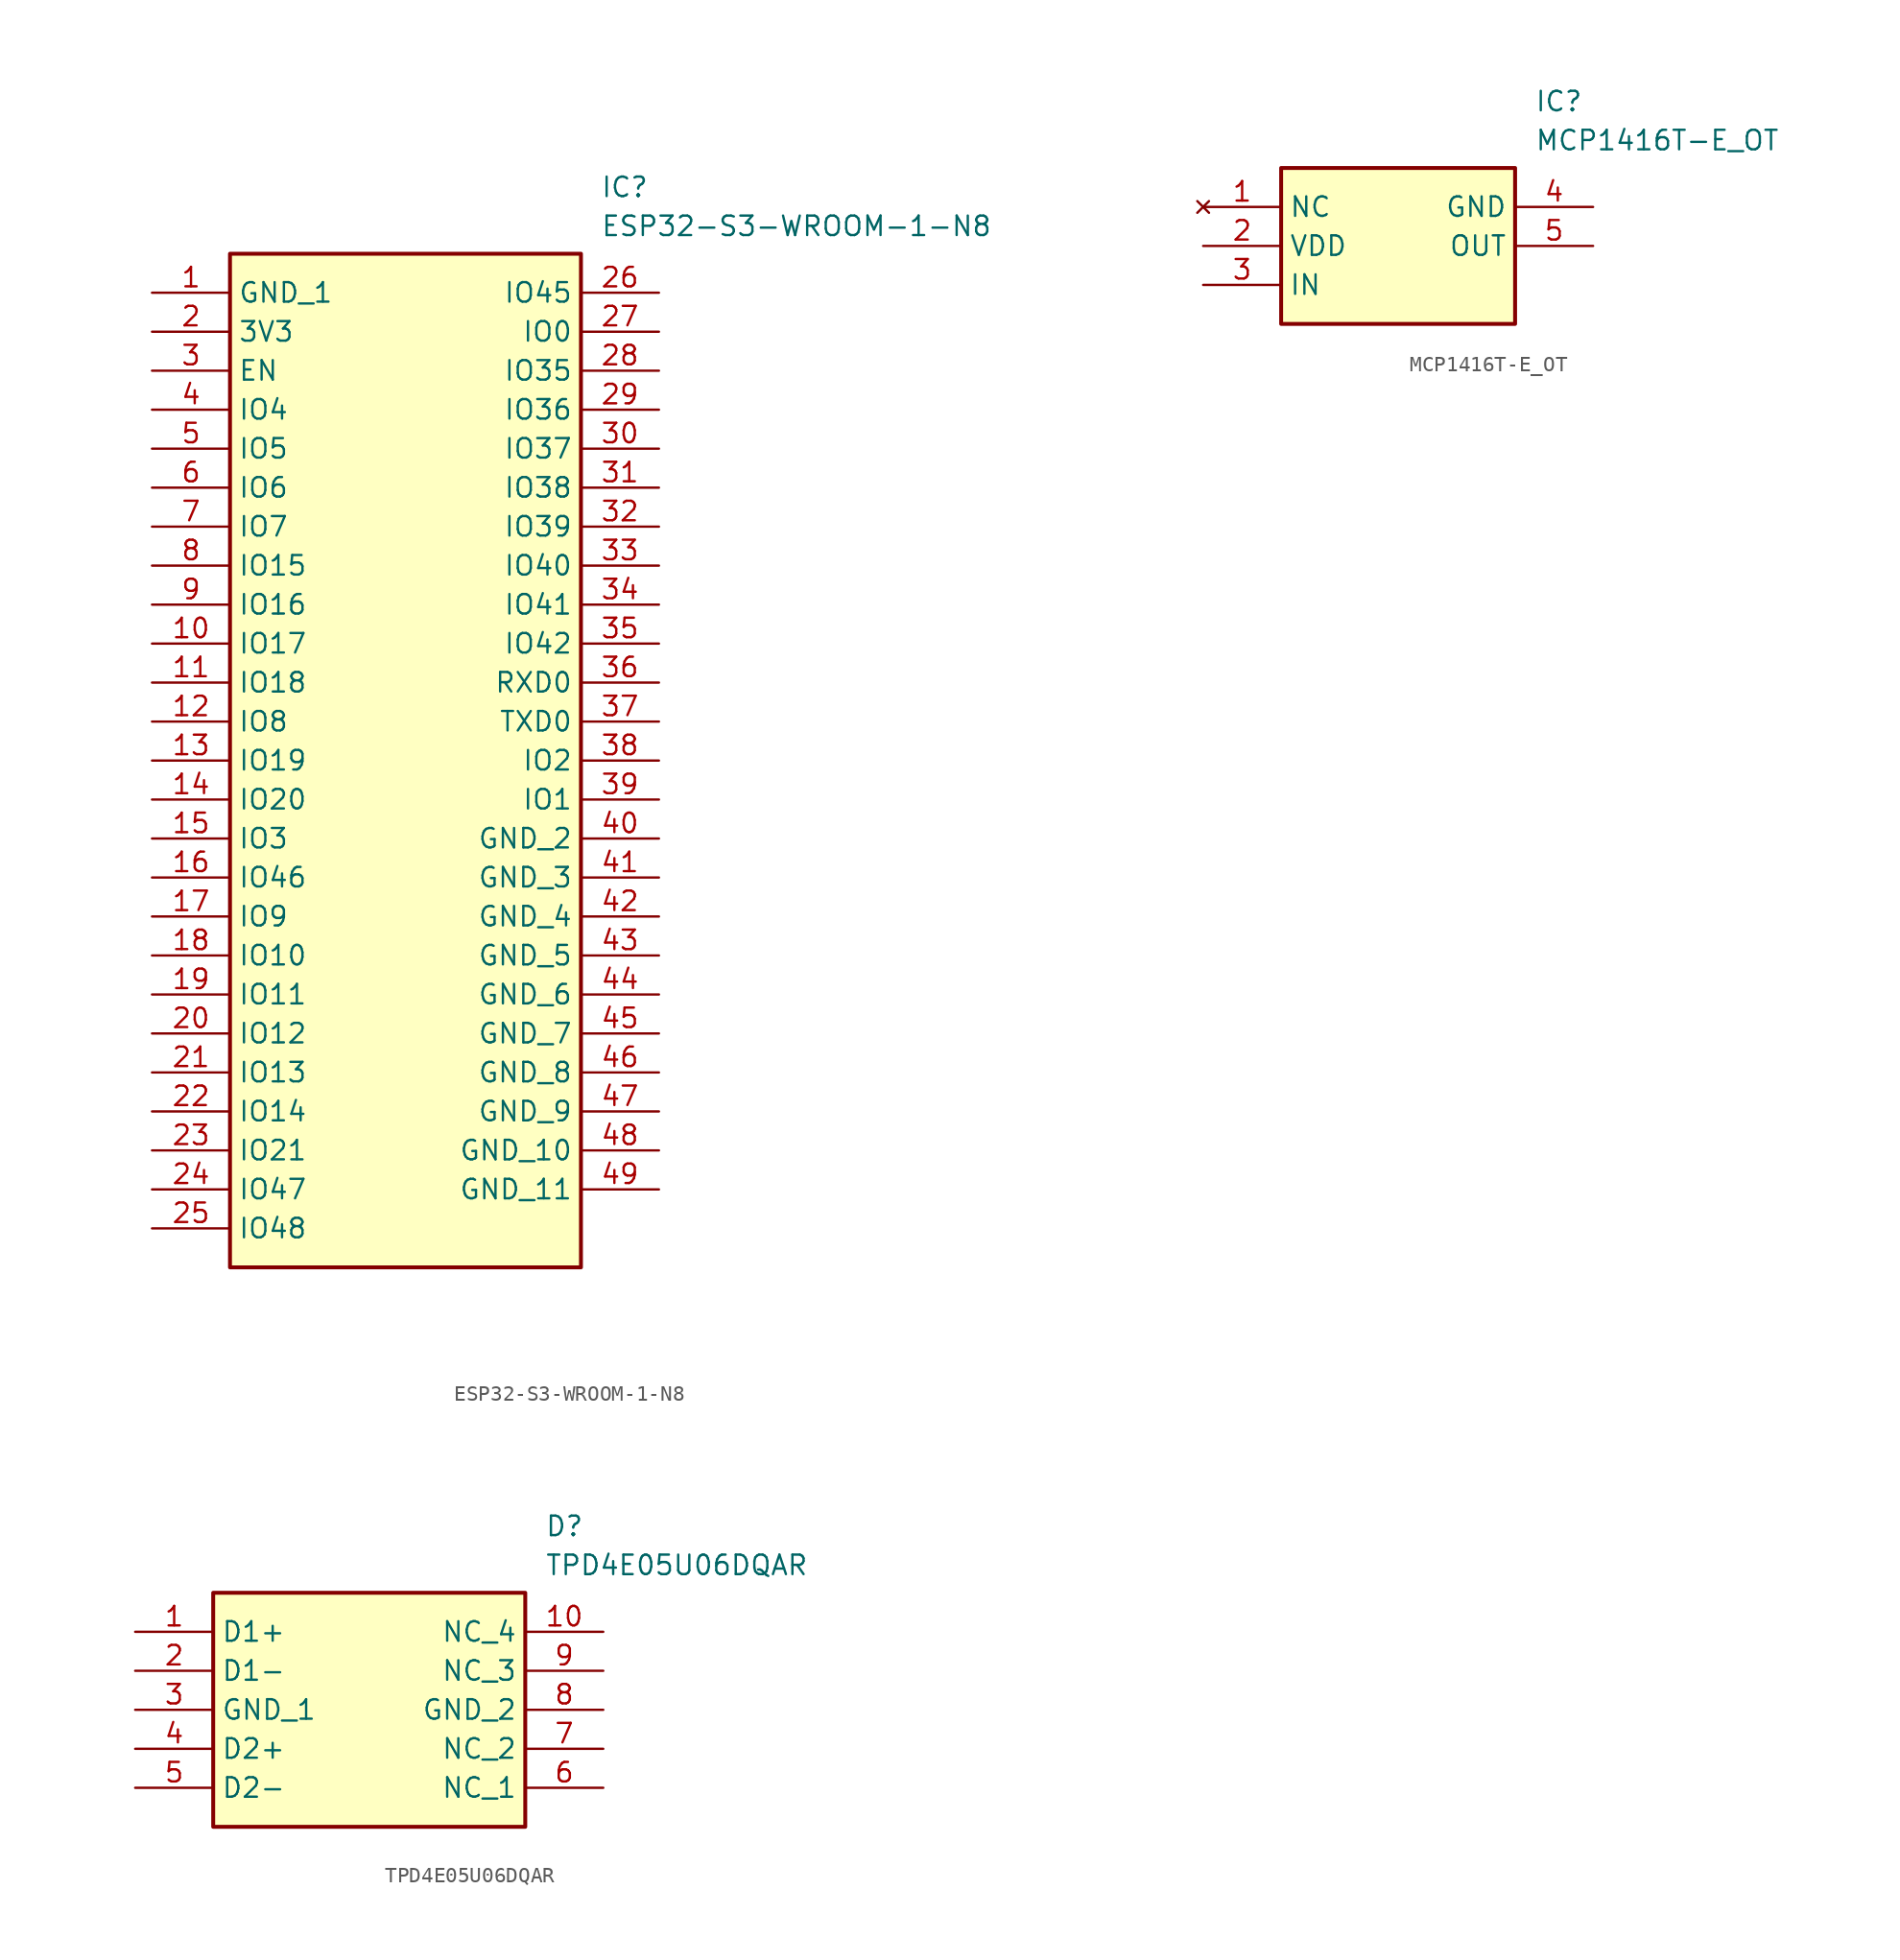
<source format=kicad_sym>
(kicad_symbol_lib
  (version 20241209)
  (generator "kicad_symbol_editor")
  (generator_version "9.0")
  (symbol "ESP32-S3-WROOM-1-N8"
    (property "Reference" "IC"
      (at 29.21 7.62 0)
      (effects (font (size 1.27 1.27)) (justify left top)))
    (property "Value" "ESP32-S3-WROOM-1-N8"
      (at 29.21 5.08 0)
      (effects (font (size 1.27 1.27)) (justify left top)))
    (symbol "ESP32-S3-WROOM-1-N8_1_1"
      (rectangle (start 5.08 2.54) (end 27.94 -63.5) (stroke (width 0.254) (type default)) (fill (type background)))
      (pin passive line (at 0 0 0) (length 5.08) (name "GND_1" (effects (font (size 1.27 1.27)))) (number "1" (effects (font (size 1.27 1.27)))))
      (pin passive line (at 0 -2.54 0) (length 5.08) (name "3V3" (effects (font (size 1.27 1.27)))) (number "2" (effects (font (size 1.27 1.27)))))
      (pin passive line (at 0 -5.08 0) (length 5.08) (name "EN" (effects (font (size 1.27 1.27)))) (number "3" (effects (font (size 1.27 1.27)))))
      (pin passive line (at 0 -7.62 0) (length 5.08) (name "IO4" (effects (font (size 1.27 1.27)))) (number "4" (effects (font (size 1.27 1.27)))))
      (pin passive line (at 0 -10.16 0) (length 5.08) (name "IO5" (effects (font (size 1.27 1.27)))) (number "5" (effects (font (size 1.27 1.27)))))
      (pin passive line (at 0 -12.7 0) (length 5.08) (name "IO6" (effects (font (size 1.27 1.27)))) (number "6" (effects (font (size 1.27 1.27)))))
      (pin passive line (at 0 -15.24 0) (length 5.08) (name "IO7" (effects (font (size 1.27 1.27)))) (number "7" (effects (font (size 1.27 1.27)))))
      (pin passive line (at 0 -17.78 0) (length 5.08) (name "IO15" (effects (font (size 1.27 1.27)))) (number "8" (effects (font (size 1.27 1.27)))))
      (pin passive line (at 0 -20.32 0) (length 5.08) (name "IO16" (effects (font (size 1.27 1.27)))) (number "9" (effects (font (size 1.27 1.27)))))
      (pin passive line (at 0 -22.86 0) (length 5.08) (name "IO17" (effects (font (size 1.27 1.27)))) (number "10" (effects (font (size 1.27 1.27)))))
      (pin passive line (at 0 -25.4 0) (length 5.08) (name "IO18" (effects (font (size 1.27 1.27)))) (number "11" (effects (font (size 1.27 1.27)))))
      (pin passive line (at 0 -27.94 0) (length 5.08) (name "IO8" (effects (font (size 1.27 1.27)))) (number "12" (effects (font (size 1.27 1.27)))))
      (pin passive line (at 0 -30.48 0) (length 5.08) (name "IO19" (effects (font (size 1.27 1.27)))) (number "13" (effects (font (size 1.27 1.27)))))
      (pin passive line (at 0 -33.02 0) (length 5.08) (name "IO20" (effects (font (size 1.27 1.27)))) (number "14" (effects (font (size 1.27 1.27)))))
      (pin passive line (at 0 -35.56 0) (length 5.08) (name "IO3" (effects (font (size 1.27 1.27)))) (number "15" (effects (font (size 1.27 1.27)))))
      (pin passive line (at 0 -38.1 0) (length 5.08) (name "IO46" (effects (font (size 1.27 1.27)))) (number "16" (effects (font (size 1.27 1.27)))))
      (pin passive line (at 0 -40.64 0) (length 5.08) (name "IO9" (effects (font (size 1.27 1.27)))) (number "17" (effects (font (size 1.27 1.27)))))
      (pin passive line (at 0 -43.18 0) (length 5.08) (name "IO10" (effects (font (size 1.27 1.27)))) (number "18" (effects (font (size 1.27 1.27)))))
      (pin passive line (at 0 -45.72 0) (length 5.08) (name "IO11" (effects (font (size 1.27 1.27)))) (number "19" (effects (font (size 1.27 1.27)))))
      (pin passive line (at 0 -48.26 0) (length 5.08) (name "IO12" (effects (font (size 1.27 1.27)))) (number "20" (effects (font (size 1.27 1.27)))))
      (pin passive line (at 0 -50.8 0) (length 5.08) (name "IO13" (effects (font (size 1.27 1.27)))) (number "21" (effects (font (size 1.27 1.27)))))
      (pin passive line (at 0 -53.34 0) (length 5.08) (name "IO14" (effects (font (size 1.27 1.27)))) (number "22" (effects (font (size 1.27 1.27)))))
      (pin passive line (at 0 -55.88 0) (length 5.08) (name "IO21" (effects (font (size 1.27 1.27)))) (number "23" (effects (font (size 1.27 1.27)))))
      (pin passive line (at 0 -58.42 0) (length 5.08) (name "IO47" (effects (font (size 1.27 1.27)))) (number "24" (effects (font (size 1.27 1.27)))))
      (pin passive line (at 0 -60.96 0) (length 5.08) (name "IO48" (effects (font (size 1.27 1.27)))) (number "25" (effects (font (size 1.27 1.27)))))
      (pin passive line (at 33.02 0 180) (length 5.08) (name "IO45" (effects (font (size 1.27 1.27)))) (number "26" (effects (font (size 1.27 1.27)))))
      (pin passive line (at 33.02 -2.54 180) (length 5.08) (name "IO0" (effects (font (size 1.27 1.27)))) (number "27" (effects (font (size 1.27 1.27)))))
      (pin passive line (at 33.02 -5.08 180) (length 5.08) (name "IO35" (effects (font (size 1.27 1.27)))) (number "28" (effects (font (size 1.27 1.27)))))
      (pin passive line (at 33.02 -7.62 180) (length 5.08) (name "IO36" (effects (font (size 1.27 1.27)))) (number "29" (effects (font (size 1.27 1.27)))))
      (pin passive line (at 33.02 -10.16 180) (length 5.08) (name "IO37" (effects (font (size 1.27 1.27)))) (number "30" (effects (font (size 1.27 1.27)))))
      (pin passive line (at 33.02 -12.7 180) (length 5.08) (name "IO38" (effects (font (size 1.27 1.27)))) (number "31" (effects (font (size 1.27 1.27)))))
      (pin passive line (at 33.02 -15.24 180) (length 5.08) (name "IO39" (effects (font (size 1.27 1.27)))) (number "32" (effects (font (size 1.27 1.27)))))
      (pin passive line (at 33.02 -17.78 180) (length 5.08) (name "IO40" (effects (font (size 1.27 1.27)))) (number "33" (effects (font (size 1.27 1.27)))))
      (pin passive line (at 33.02 -20.32 180) (length 5.08) (name "IO41" (effects (font (size 1.27 1.27)))) (number "34" (effects (font (size 1.27 1.27)))))
      (pin passive line (at 33.02 -22.86 180) (length 5.08) (name "IO42" (effects (font (size 1.27 1.27)))) (number "35" (effects (font (size 1.27 1.27)))))
      (pin passive line (at 33.02 -25.4 180) (length 5.08) (name "RXD0" (effects (font (size 1.27 1.27)))) (number "36" (effects (font (size 1.27 1.27)))))
      (pin passive line (at 33.02 -27.94 180) (length 5.08) (name "TXD0" (effects (font (size 1.27 1.27)))) (number "37" (effects (font (size 1.27 1.27)))))
      (pin passive line (at 33.02 -30.48 180) (length 5.08) (name "IO2" (effects (font (size 1.27 1.27)))) (number "38" (effects (font (size 1.27 1.27)))))
      (pin passive line (at 33.02 -33.02 180) (length 5.08) (name "IO1" (effects (font (size 1.27 1.27)))) (number "39" (effects (font (size 1.27 1.27)))))
      (pin passive line (at 33.02 -35.56 180) (length 5.08) (name "GND_2" (effects (font (size 1.27 1.27)))) (number "40" (effects (font (size 1.27 1.27)))))
      (pin passive line (at 33.02 -38.1 180) (length 5.08) (name "GND_3" (effects (font (size 1.27 1.27)))) (number "41" (effects (font (size 1.27 1.27)))))
      (pin passive line (at 33.02 -40.64 180) (length 5.08) (name "GND_4" (effects (font (size 1.27 1.27)))) (number "42" (effects (font (size 1.27 1.27)))))
      (pin passive line (at 33.02 -43.18 180) (length 5.08) (name "GND_5" (effects (font (size 1.27 1.27)))) (number "43" (effects (font (size 1.27 1.27)))))
      (pin passive line (at 33.02 -45.72 180) (length 5.08) (name "GND_6" (effects (font (size 1.27 1.27)))) (number "44" (effects (font (size 1.27 1.27)))))
      (pin passive line (at 33.02 -48.26 180) (length 5.08) (name "GND_7" (effects (font (size 1.27 1.27)))) (number "45" (effects (font (size 1.27 1.27)))))
      (pin passive line (at 33.02 -50.8 180) (length 5.08) (name "GND_8" (effects (font (size 1.27 1.27)))) (number "46" (effects (font (size 1.27 1.27)))))
      (pin passive line (at 33.02 -53.34 180) (length 5.08) (name "GND_9" (effects (font (size 1.27 1.27)))) (number "47" (effects (font (size 1.27 1.27)))))
      (pin passive line (at 33.02 -55.88 180) (length 5.08) (name "GND_10" (effects (font (size 1.27 1.27)))) (number "48" (effects (font (size 1.27 1.27)))))
      (pin passive line (at 33.02 -58.42 180) (length 5.08) (name "GND_11" (effects (font (size 1.27 1.27)))) (number "49" (effects (font (size 1.27 1.27)))))))
  (symbol "MCP1416T-E_OT"
    (property "Reference" "IC"
      (at 21.59 7.62 0)
      (effects (font (size 1.27 1.27)) (justify left top)))
    (property "Value" "MCP1416T-E_OT"
      (at 21.59 5.08 0)
      (effects (font (size 1.27 1.27)) (justify left top)))
    (symbol "MCP1416T-E_OT_1_1"
      (rectangle (start 5.08 2.54) (end 20.32 -7.62) (stroke (width 0.254) (type default)) (fill (type background)))
      (pin no_connect line (at 0 0 0) (length 5.08) (name "NC" (effects (font (size 1.27 1.27)))) (number "1" (effects (font (size 1.27 1.27)))))
      (pin passive line (at 0 -2.54 0) (length 5.08) (name "VDD" (effects (font (size 1.27 1.27)))) (number "2" (effects (font (size 1.27 1.27)))))
      (pin passive line (at 0 -5.08 0) (length 5.08) (name "IN" (effects (font (size 1.27 1.27)))) (number "3" (effects (font (size 1.27 1.27)))))
      (pin passive line (at 25.4 0 180) (length 5.08) (name "GND" (effects (font (size 1.27 1.27)))) (number "4" (effects (font (size 1.27 1.27)))))
      (pin passive line (at 25.4 -2.54 180) (length 5.08) (name "OUT" (effects (font (size 1.27 1.27)))) (number "5" (effects (font (size 1.27 1.27)))))))
  (symbol "TPD4E05U06DQAR"
    (property "Reference" "D"
      (at 26.67 7.62 0)
      (effects (font (size 1.27 1.27)) (justify left top)))
    (property "Value" "TPD4E05U06DQAR"
      (at 26.67 5.08 0)
      (effects (font (size 1.27 1.27)) (justify left top)))
    (symbol "TPD4E05U06DQAR_1_1"
      (rectangle (start 5.08 2.54) (end 25.4 -12.7) (stroke (width 0.254) (type default)) (fill (type background)))
      (pin passive line (at 0 0 0) (length 5.08) (name "D1+" (effects (font (size 1.27 1.27)))) (number "1" (effects (font (size 1.27 1.27)))))
      (pin passive line (at 0 -2.54 0) (length 5.08) (name "D1-" (effects (font (size 1.27 1.27)))) (number "2" (effects (font (size 1.27 1.27)))))
      (pin passive line (at 0 -5.08 0) (length 5.08) (name "GND_1" (effects (font (size 1.27 1.27)))) (number "3" (effects (font (size 1.27 1.27)))))
      (pin passive line (at 0 -7.62 0) (length 5.08) (name "D2+" (effects (font (size 1.27 1.27)))) (number "4" (effects (font (size 1.27 1.27)))))
      (pin passive line (at 0 -10.16 0) (length 5.08) (name "D2-" (effects (font (size 1.27 1.27)))) (number "5" (effects (font (size 1.27 1.27)))))
      (pin passive line (at 30.48 0 180) (length 5.08) (name "NC_4" (effects (font (size 1.27 1.27)))) (number "10" (effects (font (size 1.27 1.27)))))
      (pin passive line (at 30.48 -2.54 180) (length 5.08) (name "NC_3" (effects (font (size 1.27 1.27)))) (number "9" (effects (font (size 1.27 1.27)))))
      (pin passive line (at 30.48 -5.08 180) (length 5.08) (name "GND_2" (effects (font (size 1.27 1.27)))) (number "8" (effects (font (size 1.27 1.27)))))
      (pin passive line (at 30.48 -7.62 180) (length 5.08) (name "NC_2" (effects (font (size 1.27 1.27)))) (number "7" (effects (font (size 1.27 1.27)))))
      (pin passive line (at 30.48 -10.16 180) (length 5.08) (name "NC_1" (effects (font (size 1.27 1.27)))) (number "6" (effects (font (size 1.27 1.27))))))))
</source>
